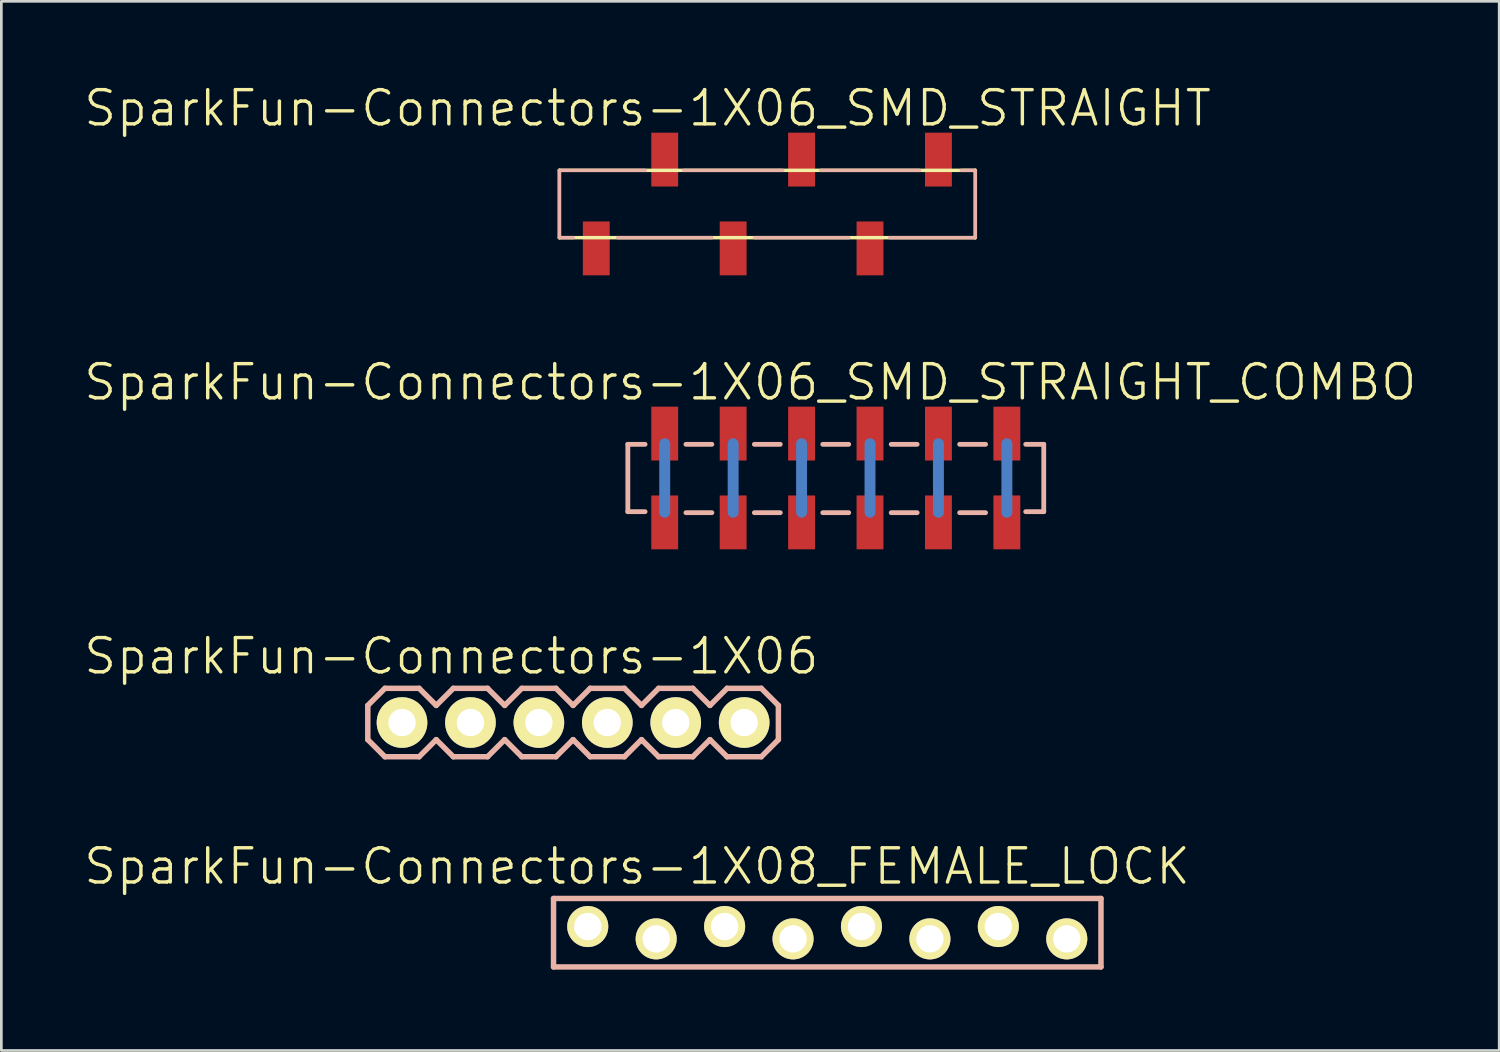
<source format=kicad_pcb>
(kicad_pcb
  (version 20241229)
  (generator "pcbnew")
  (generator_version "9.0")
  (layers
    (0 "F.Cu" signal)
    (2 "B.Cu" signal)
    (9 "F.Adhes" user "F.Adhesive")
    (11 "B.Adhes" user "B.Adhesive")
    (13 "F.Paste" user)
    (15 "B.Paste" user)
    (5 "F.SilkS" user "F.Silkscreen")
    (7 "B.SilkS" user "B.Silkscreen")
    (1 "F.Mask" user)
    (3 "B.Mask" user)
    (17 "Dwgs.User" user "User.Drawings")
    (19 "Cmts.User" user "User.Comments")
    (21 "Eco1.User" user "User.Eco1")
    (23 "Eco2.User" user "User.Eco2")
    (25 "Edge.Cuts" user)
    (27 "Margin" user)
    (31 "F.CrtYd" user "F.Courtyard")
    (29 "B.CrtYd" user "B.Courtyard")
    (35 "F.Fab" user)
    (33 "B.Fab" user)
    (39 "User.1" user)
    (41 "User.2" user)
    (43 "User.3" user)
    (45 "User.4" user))
  (footprint "SparkFun-Connectors-1X06"
    (layer "F.Cu")
    (at 11.872 23.769)
    (property "Reference" "SparkFun-Connectors-1X06" (at 1.829 -2.464 0) (layer "F.SilkS") (effects (font (size 1.27 1.27) (thickness 0.127))))
    (attr exclude_from_pos_files exclude_from_bom)
    (fp_line (start -0.254 -0.254) (end 0.254 -0.254) (stroke (width 0.066) (type solid)) (layer "F.SilkS"))
    (fp_line (start -0.254 0.254) (end -0.254 -0.254) (stroke (width 0.066) (type solid)) (layer "F.SilkS"))
    (fp_line (start -0.254 0.254) (end 0.254 0.254) (stroke (width 0.066) (type solid)) (layer "F.SilkS"))
    (fp_line (start 0.254 0.254) (end 0.254 -0.254) (stroke (width 0.066) (type solid)) (layer "F.SilkS"))
    (fp_line (start 2.286 -0.254) (end 2.794 -0.254) (stroke (width 0.066) (type solid)) (layer "F.SilkS"))
    (fp_line (start 2.286 0.254) (end 2.286 -0.254) (stroke (width 0.066) (type solid)) (layer "F.SilkS"))
    (fp_line (start 2.286 0.254) (end 2.794 0.254) (stroke (width 0.066) (type solid)) (layer "F.SilkS"))
    (fp_line (start 2.794 0.254) (end 2.794 -0.254) (stroke (width 0.066) (type solid)) (layer "F.SilkS"))
    (fp_line (start 4.826 -0.254) (end 5.334 -0.254) (stroke (width 0.066) (type solid)) (layer "F.SilkS"))
    (fp_line (start 4.826 0.254) (end 4.826 -0.254) (stroke (width 0.066) (type solid)) (layer "F.SilkS"))
    (fp_line (start 4.826 0.254) (end 5.334 0.254) (stroke (width 0.066) (type solid)) (layer "F.SilkS"))
    (fp_line (start 5.334 0.254) (end 5.334 -0.254) (stroke (width 0.066) (type solid)) (layer "F.SilkS"))
    (fp_line (start 7.366 -0.254) (end 7.874 -0.254) (stroke (width 0.066) (type solid)) (layer "F.SilkS"))
    (fp_line (start 7.366 0.254) (end 7.366 -0.254) (stroke (width 0.066) (type solid)) (layer "F.SilkS"))
    (fp_line (start 7.366 0.254) (end 7.874 0.254) (stroke (width 0.066) (type solid)) (layer "F.SilkS"))
    (fp_line (start 7.874 0.254) (end 7.874 -0.254) (stroke (width 0.066) (type solid)) (layer "F.SilkS"))
    (fp_line (start 9.906 -0.254) (end 10.414 -0.254) (stroke (width 0.066) (type solid)) (layer "F.SilkS"))
    (fp_line (start 9.906 0.254) (end 9.906 -0.254) (stroke (width 0.066) (type solid)) (layer "F.SilkS"))
    (fp_line (start 9.906 0.254) (end 10.414 0.254) (stroke (width 0.066) (type solid)) (layer "F.SilkS"))
    (fp_line (start 10.414 0.254) (end 10.414 -0.254) (stroke (width 0.066) (type solid)) (layer "F.SilkS"))
    (fp_line (start 12.446 -0.254) (end 12.954 -0.254) (stroke (width 0.066) (type solid)) (layer "F.SilkS"))
    (fp_line (start 12.446 0.254) (end 12.446 -0.254) (stroke (width 0.066) (type solid)) (layer "F.SilkS"))
    (fp_line (start 12.446 0.254) (end 12.954 0.254) (stroke (width 0.066) (type solid)) (layer "F.SilkS"))
    (fp_line (start 12.954 0.254) (end 12.954 -0.254) (stroke (width 0.066) (type solid)) (layer "F.SilkS"))
    (fp_line (start -1.27 -0.635) (end -1.27 0.635) (stroke (width 0.203) (type solid)) (layer "B.SilkS"))
    (fp_line (start -1.27 0.635) (end -0.635 1.27) (stroke (width 0.203) (type solid)) (layer "B.SilkS"))
    (fp_line (start -0.635 -1.27) (end -1.27 -0.635) (stroke (width 0.203) (type solid)) (layer "B.SilkS"))
    (fp_line (start -0.635 -1.27) (end 0.635 -1.27) (stroke (width 0.203) (type solid)) (layer "B.SilkS"))
    (fp_line (start 0.635 -1.27) (end 1.27 -0.635) (stroke (width 0.203) (type solid)) (layer "B.SilkS"))
    (fp_line (start 0.635 1.27) (end -0.635 1.27) (stroke (width 0.203) (type solid)) (layer "B.SilkS"))
    (fp_line (start 1.27 -0.635) (end 1.905 -1.27) (stroke (width 0.203) (type solid)) (layer "B.SilkS"))
    (fp_line (start 1.27 0.635) (end 0.635 1.27) (stroke (width 0.203) (type solid)) (layer "B.SilkS"))
    (fp_line (start 1.905 -1.27) (end 3.175 -1.27) (stroke (width 0.203) (type solid)) (layer "B.SilkS"))
    (fp_line (start 1.905 1.27) (end 1.27 0.635) (stroke (width 0.203) (type solid)) (layer "B.SilkS"))
    (fp_line (start 3.175 -1.27) (end 3.81 -0.635) (stroke (width 0.203) (type solid)) (layer "B.SilkS"))
    (fp_line (start 3.175 1.27) (end 1.905 1.27) (stroke (width 0.203) (type solid)) (layer "B.SilkS"))
    (fp_line (start 3.81 -0.635) (end 4.445 -1.27) (stroke (width 0.203) (type solid)) (layer "B.SilkS"))
    (fp_line (start 3.81 0.635) (end 3.175 1.27) (stroke (width 0.203) (type solid)) (layer "B.SilkS"))
    (fp_line (start 4.445 -1.27) (end 5.715 -1.27) (stroke (width 0.203) (type solid)) (layer "B.SilkS"))
    (fp_line (start 4.445 1.27) (end 3.81 0.635) (stroke (width 0.203) (type solid)) (layer "B.SilkS"))
    (fp_line (start 5.715 -1.27) (end 6.35 -0.635) (stroke (width 0.203) (type solid)) (layer "B.SilkS"))
    (fp_line (start 5.715 1.27) (end 4.445 1.27) (stroke (width 0.203) (type solid)) (layer "B.SilkS"))
    (fp_line (start 6.35 0.635) (end 5.715 1.27) (stroke (width 0.203) (type solid)) (layer "B.SilkS"))
    (fp_line (start 6.35 0.635) (end 6.985 1.27) (stroke (width 0.203) (type solid)) (layer "B.SilkS"))
    (fp_line (start 6.985 -1.27) (end 6.35 -0.635) (stroke (width 0.203) (type solid)) (layer "B.SilkS"))
    (fp_line (start 6.985 -1.27) (end 8.255 -1.27) (stroke (width 0.203) (type solid)) (layer "B.SilkS"))
    (fp_line (start 8.255 -1.27) (end 8.89 -0.635) (stroke (width 0.203) (type solid)) (layer "B.SilkS"))
    (fp_line (start 8.255 1.27) (end 6.985 1.27) (stroke (width 0.203) (type solid)) (layer "B.SilkS"))
    (fp_line (start 8.89 -0.635) (end 9.525 -1.27) (stroke (width 0.203) (type solid)) (layer "B.SilkS"))
    (fp_line (start 8.89 0.635) (end 8.255 1.27) (stroke (width 0.203) (type solid)) (layer "B.SilkS"))
    (fp_line (start 9.525 -1.27) (end 10.795 -1.27) (stroke (width 0.203) (type solid)) (layer "B.SilkS"))
    (fp_line (start 9.525 1.27) (end 8.89 0.635) (stroke (width 0.203) (type solid)) (layer "B.SilkS"))
    (fp_line (start 10.795 -1.27) (end 11.43 -0.635) (stroke (width 0.203) (type solid)) (layer "B.SilkS"))
    (fp_line (start 10.795 1.27) (end 9.525 1.27) (stroke (width 0.203) (type solid)) (layer "B.SilkS"))
    (fp_line (start 11.43 -0.635) (end 12.065 -1.27) (stroke (width 0.203) (type solid)) (layer "B.SilkS"))
    (fp_line (start 11.43 0.635) (end 10.795 1.27) (stroke (width 0.203) (type solid)) (layer "B.SilkS"))
    (fp_line (start 12.065 -1.27) (end 13.335 -1.27) (stroke (width 0.203) (type solid)) (layer "B.SilkS"))
    (fp_line (start 12.065 1.27) (end 11.43 0.635) (stroke (width 0.203) (type solid)) (layer "B.SilkS"))
    (fp_line (start 13.335 -1.27) (end 13.97 -0.635) (stroke (width 0.203) (type solid)) (layer "B.SilkS"))
    (fp_line (start 13.335 1.27) (end 12.065 1.27) (stroke (width 0.203) (type solid)) (layer "B.SilkS"))
    (fp_line (start 13.97 -0.635) (end 13.97 0.635) (stroke (width 0.203) (type solid)) (layer "B.SilkS"))
    (fp_line (start 13.97 0.635) (end 13.335 1.27) (stroke (width 0.203) (type solid)) (layer "B.SilkS"))
    (pad "1" thru_hole circle (at 0 0) (size 1.88 1.88) (drill 1.016) (layers "*.Cu" "F.Mask" "F.SilkS" "F.Paste"))
    (pad "2" thru_hole circle (at 2.54 0) (size 1.88 1.88) (drill 1.016) (layers "*.Cu" "F.Mask" "F.SilkS" "F.Paste"))
    (pad "3" thru_hole circle (at 5.08 0) (size 1.88 1.88) (drill 1.016) (layers "*.Cu" "F.Mask" "F.SilkS" "F.Paste"))
    (pad "4" thru_hole circle (at 7.62 0) (size 1.88 1.88) (drill 1.016) (layers "*.Cu" "F.Mask" "F.SilkS" "F.Paste"))
    (pad "5" thru_hole circle (at 10.16 0) (size 1.88 1.88) (drill 1.016) (layers "*.Cu" "F.Mask" "F.SilkS" "F.Paste"))
    (pad "6" thru_hole circle (at 12.7 0) (size 1.88 1.88) (drill 1.016) (layers "*.Cu" "F.Mask" "F.SilkS" "F.Paste")))
  (footprint "SparkFun-Connectors-1X06_SMD_STRAIGHT_COMBO"
    (layer "F.Cu")
    (at 21.623 14.692)
    (property "Reference" "SparkFun-Connectors-1X06_SMD_STRAIGHT_COMBO" (at 3.175 -3.556 0) (layer "F.SilkS") (effects (font (size 1.27 1.27) (thickness 0.127))))
    (attr smd)
    (fp_line (start 0 -1.27) (end 0 1.27) (stroke (width 0.406) (type solid)) (layer "B.Cu"))
    (fp_line (start 2.54 -1.27) (end 2.54 1.27) (stroke (width 0.406) (type solid)) (layer "B.Cu"))
    (fp_line (start 5.08 -1.27) (end 5.08 1.27) (stroke (width 0.406) (type solid)) (layer "B.Cu"))
    (fp_line (start 7.62 -1.27) (end 7.62 1.27) (stroke (width 0.406) (type solid)) (layer "B.Cu"))
    (fp_line (start 10.16 -1.27) (end 10.16 1.27) (stroke (width 0.406) (type solid)) (layer "B.Cu"))
    (fp_line (start 12.7 -1.27) (end 12.7 1.27) (stroke (width 0.406) (type solid)) (layer "B.Cu"))
    (fp_line (start -1.369 -1.25) (end -0.729 -1.25) (stroke (width 0.178) (type solid)) (layer "B.SilkS"))
    (fp_line (start -1.369 1.25) (end -1.369 -1.25) (stroke (width 0.178) (type solid)) (layer "B.SilkS"))
    (fp_line (start -0.729 1.25) (end -1.369 1.25) (stroke (width 0.178) (type solid)) (layer "B.SilkS"))
    (fp_line (start 0.787 -1.25) (end 1.75 -1.25) (stroke (width 0.178) (type solid)) (layer "B.SilkS"))
    (fp_line (start 0.787 1.288) (end 1.75 1.288) (stroke (width 0.178) (type solid)) (layer "B.SilkS"))
    (fp_line (start 3.327 -1.25) (end 4.29 -1.25) (stroke (width 0.178) (type solid)) (layer "B.SilkS"))
    (fp_line (start 3.327 1.288) (end 4.29 1.288) (stroke (width 0.178) (type solid)) (layer "B.SilkS"))
    (fp_line (start 5.867 -1.25) (end 6.83 -1.25) (stroke (width 0.178) (type solid)) (layer "B.SilkS"))
    (fp_line (start 5.867 1.288) (end 6.83 1.288) (stroke (width 0.178) (type solid)) (layer "B.SilkS"))
    (fp_line (start 8.407 -1.25) (end 9.37 -1.25) (stroke (width 0.178) (type solid)) (layer "B.SilkS"))
    (fp_line (start 8.407 1.288) (end 9.37 1.288) (stroke (width 0.178) (type solid)) (layer "B.SilkS"))
    (fp_line (start 10.947 -1.25) (end 11.91 -1.25) (stroke (width 0.178) (type solid)) (layer "B.SilkS"))
    (fp_line (start 10.947 1.288) (end 11.91 1.288) (stroke (width 0.178) (type solid)) (layer "B.SilkS"))
    (fp_line (start 13.399 -1.25) (end 14.069 -1.25) (stroke (width 0.178) (type solid)) (layer "B.SilkS"))
    (fp_line (start 14.069 -1.25) (end 14.069 1.25) (stroke (width 0.178) (type solid)) (layer "B.SilkS"))
    (fp_line (start 14.069 1.25) (end 13.399 1.25) (stroke (width 0.178) (type solid)) (layer "B.SilkS"))
    (pad "1" smd rect (at 0 1.648 270) (size 1.999 0.998) (layers "F.Cu" "F.Mask" "F.Paste"))
    (pad "1-2" smd rect (at 0 -1.648 90) (size 1.999 0.998) (layers "F.Cu" "F.Mask" "F.Paste"))
    (pad "2" smd rect (at 2.54 -1.648 270) (size 1.999 0.998) (layers "F.Cu" "F.Mask" "F.Paste"))
    (pad "2-2" smd rect (at 2.54 1.648 90) (size 1.999 0.998) (layers "F.Cu" "F.Mask" "F.Paste"))
    (pad "3" smd rect (at 5.08 1.648 270) (size 1.999 0.998) (layers "F.Cu" "F.Mask" "F.Paste"))
    (pad "3-2" smd rect (at 5.08 -1.648 90) (size 1.999 0.998) (layers "F.Cu" "F.Mask" "F.Paste"))
    (pad "4" smd rect (at 7.62 -1.648 270) (size 1.999 0.998) (layers "F.Cu" "F.Mask" "F.Paste"))
    (pad "4-2" smd rect (at 7.62 1.648 90) (size 1.999 0.998) (layers "F.Cu" "F.Mask" "F.Paste"))
    (pad "5" smd rect (at 10.16 1.648 270) (size 1.999 0.998) (layers "F.Cu" "F.Mask" "F.Paste"))
    (pad "5-2" smd rect (at 10.16 -1.648 90) (size 1.999 0.998) (layers "F.Cu" "F.Mask" "F.Paste"))
    (pad "6" smd rect (at 12.7 -1.648 270) (size 1.999 0.998) (layers "F.Cu" "F.Mask" "F.Paste"))
    (pad "6-2" smd rect (at 12.7 1.648 90) (size 1.999 0.998) (layers "F.Cu" "F.Mask" "F.Paste")))
  (footprint "SparkFun-Connectors-1X08_FEMALE_LOCK"
    (layer "F.Cu")
    (at 18.766 31.57)
    (property "Reference" "SparkFun-Connectors-1X08_FEMALE_LOCK" (at 1.829 -2.464 0) (layer "F.SilkS") (effects (font (size 1.27 1.27) (thickness 0.127))))
    (attr exclude_from_pos_files exclude_from_bom)
    (fp_line (start -0.318 -0.191) (end 0.318 -0.191) (stroke (width 0.066) (type solid)) (layer "F.SilkS"))
    (fp_line (start -0.318 0.191) (end -0.318 -0.191) (stroke (width 0.066) (type solid)) (layer "F.SilkS"))
    (fp_line (start -0.318 0.191) (end 0.318 0.191) (stroke (width 0.066) (type solid)) (layer "F.SilkS"))
    (fp_line (start 0.318 0.191) (end 0.318 -0.191) (stroke (width 0.066) (type solid)) (layer "F.SilkS"))
    (fp_line (start 2.223 -0.191) (end 2.857 -0.191) (stroke (width 0.066) (type solid)) (layer "F.SilkS"))
    (fp_line (start 2.223 0.191) (end 2.223 -0.191) (stroke (width 0.066) (type solid)) (layer "F.SilkS"))
    (fp_line (start 2.223 0.191) (end 2.857 0.191) (stroke (width 0.066) (type solid)) (layer "F.SilkS"))
    (fp_line (start 2.857 0.191) (end 2.857 -0.191) (stroke (width 0.066) (type solid)) (layer "F.SilkS"))
    (fp_line (start 4.763 -0.191) (end 5.397 -0.191) (stroke (width 0.066) (type solid)) (layer "F.SilkS"))
    (fp_line (start 4.763 0.191) (end 4.763 -0.191) (stroke (width 0.066) (type solid)) (layer "F.SilkS"))
    (fp_line (start 4.763 0.191) (end 5.397 0.191) (stroke (width 0.066) (type solid)) (layer "F.SilkS"))
    (fp_line (start 5.397 0.191) (end 5.397 -0.191) (stroke (width 0.066) (type solid)) (layer "F.SilkS"))
    (fp_line (start 7.303 -0.191) (end 7.938 -0.191) (stroke (width 0.066) (type solid)) (layer "F.SilkS"))
    (fp_line (start 7.303 0.191) (end 7.303 -0.191) (stroke (width 0.066) (type solid)) (layer "F.SilkS"))
    (fp_line (start 7.303 0.191) (end 7.938 0.191) (stroke (width 0.066) (type solid)) (layer "F.SilkS"))
    (fp_line (start 7.938 0.191) (end 7.938 -0.191) (stroke (width 0.066) (type solid)) (layer "F.SilkS"))
    (fp_line (start 9.842 -0.191) (end 10.477 -0.191) (stroke (width 0.066) (type solid)) (layer "F.SilkS"))
    (fp_line (start 9.842 0.191) (end 9.842 -0.191) (stroke (width 0.066) (type solid)) (layer "F.SilkS"))
    (fp_line (start 9.842 0.191) (end 10.477 0.191) (stroke (width 0.066) (type solid)) (layer "F.SilkS"))
    (fp_line (start 10.477 0.191) (end 10.477 -0.191) (stroke (width 0.066) (type solid)) (layer "F.SilkS"))
    (fp_line (start 12.383 -0.191) (end 13.018 -0.191) (stroke (width 0.066) (type solid)) (layer "F.SilkS"))
    (fp_line (start 12.383 0.191) (end 12.383 -0.191) (stroke (width 0.066) (type solid)) (layer "F.SilkS"))
    (fp_line (start 12.383 0.191) (end 13.018 0.191) (stroke (width 0.066) (type solid)) (layer "F.SilkS"))
    (fp_line (start 13.018 0.191) (end 13.018 -0.191) (stroke (width 0.066) (type solid)) (layer "F.SilkS"))
    (fp_line (start 14.922 -0.191) (end 15.557 -0.191) (stroke (width 0.066) (type solid)) (layer "F.SilkS"))
    (fp_line (start 14.922 0.191) (end 14.922 -0.191) (stroke (width 0.066) (type solid)) (layer "F.SilkS"))
    (fp_line (start 14.922 0.191) (end 15.557 0.191) (stroke (width 0.066) (type solid)) (layer "F.SilkS"))
    (fp_line (start 15.557 0.191) (end 15.557 -0.191) (stroke (width 0.066) (type solid)) (layer "F.SilkS"))
    (fp_line (start 17.462 -0.191) (end 18.098 -0.191) (stroke (width 0.066) (type solid)) (layer "F.SilkS"))
    (fp_line (start 17.462 0.191) (end 17.462 -0.191) (stroke (width 0.066) (type solid)) (layer "F.SilkS"))
    (fp_line (start 17.462 0.191) (end 18.098 0.191) (stroke (width 0.066) (type solid)) (layer "F.SilkS"))
    (fp_line (start 18.098 0.191) (end 18.098 -0.191) (stroke (width 0.066) (type solid)) (layer "F.SilkS"))
    (fp_line (start -1.27 -1.27) (end -1.27 1.27) (stroke (width 0.203) (type solid)) (layer "B.SilkS"))
    (fp_line (start -1.27 -1.27) (end 19.05 -1.27) (stroke (width 0.203) (type solid)) (layer "B.SilkS"))
    (fp_line (start 19.05 -1.27) (end 19.05 1.27) (stroke (width 0.203) (type solid)) (layer "B.SilkS"))
    (fp_line (start 19.05 1.27) (end -1.27 1.27) (stroke (width 0.203) (type solid)) (layer "B.SilkS"))
    (pad "1" thru_hole circle (at 0 -0.229) (size 1.524 1.524) (drill 1.016) (layers "*.Cu" "F.Mask" "F.SilkS" "F.Paste"))
    (pad "2" thru_hole circle (at 2.54 0.229) (size 1.524 1.524) (drill 1.016) (layers "*.Cu" "F.Mask" "F.SilkS" "F.Paste"))
    (pad "3" thru_hole circle (at 5.08 -0.229) (size 1.524 1.524) (drill 1.016) (layers "*.Cu" "F.Mask" "F.SilkS" "F.Paste"))
    (pad "4" thru_hole circle (at 7.62 0.229) (size 1.524 1.524) (drill 1.016) (layers "*.Cu" "F.Mask" "F.SilkS" "F.Paste"))
    (pad "5" thru_hole circle (at 10.16 -0.229) (size 1.524 1.524) (drill 1.016) (layers "*.Cu" "F.Mask" "F.SilkS" "F.Paste"))
    (pad "6" thru_hole circle (at 12.7 0.229) (size 1.524 1.524) (drill 1.016) (layers "*.Cu" "F.Mask" "F.SilkS" "F.Paste"))
    (pad "7" thru_hole circle (at 15.24 -0.229) (size 1.524 1.524) (drill 1.016) (layers "*.Cu" "F.Mask" "F.SilkS" "F.Paste"))
    (pad "8" thru_hole circle (at 17.78 0.229) (size 1.524 1.524) (drill 1.016) (layers "*.Cu" "F.Mask" "F.SilkS" "F.Paste")))
  (footprint "SparkFun-Connectors-1X06_SMD_STRAIGHT"
    (layer "F.Cu")
    (at 31.783 4.522)
    (property "Reference" "SparkFun-Connectors-1X06_SMD_STRAIGHT" (at -10.795 -3.556 0) (layer "F.SilkS") (effects (font (size 1.27 1.27) (thickness 0.127))))
    (attr smd)
    (fp_line (start -14.069 -1.25) (end -14.069 1.25) (stroke (width 0.127) (type solid)) (layer "F.SilkS"))
    (fp_line (start -14.069 1.25) (end 1.369 1.25) (stroke (width 0.127) (type solid)) (layer "F.SilkS"))
    (fp_line (start 1.369 -1.25) (end -14.069 -1.25) (stroke (width 0.127) (type solid)) (layer "F.SilkS"))
    (fp_line (start 1.369 1.25) (end 1.369 -1.25) (stroke (width 0.127) (type solid)) (layer "F.SilkS"))
    (fp_line (start -14.069 -1.25) (end -10.881 -1.25) (stroke (width 0.127) (type solid)) (layer "B.SilkS"))
    (fp_line (start -14.069 1.25) (end -14.069 -1.25) (stroke (width 0.127) (type solid)) (layer "B.SilkS"))
    (fp_line (start -13.548 1.25) (end -14.069 1.25) (stroke (width 0.127) (type solid)) (layer "B.SilkS"))
    (fp_line (start -9.456 -1.25) (end -5.781 -1.25) (stroke (width 0.127) (type solid)) (layer "B.SilkS"))
    (fp_line (start -8.407 1.25) (end -11.91 1.25) (stroke (width 0.127) (type solid)) (layer "B.SilkS"))
    (fp_line (start -4.376 -1.25) (end -0.701 -1.25) (stroke (width 0.127) (type solid)) (layer "B.SilkS"))
    (fp_line (start -3.327 1.25) (end -6.83 1.25) (stroke (width 0.127) (type solid)) (layer "B.SilkS"))
    (fp_line (start 0.848 -1.25) (end 1.369 -1.25) (stroke (width 0.127) (type solid)) (layer "B.SilkS"))
    (fp_line (start 1.369 -1.25) (end 1.369 1.25) (stroke (width 0.127) (type solid)) (layer "B.SilkS"))
    (fp_line (start 1.369 1.25) (end -1.816 1.25) (stroke (width 0.127) (type solid)) (layer "B.SilkS"))
    (pad "1" smd rect (at 0 -1.648 90) (size 1.999 0.998) (layers "F.Cu" "F.Mask" "F.Paste"))
    (pad "2" smd rect (at -2.54 1.648 90) (size 1.999 0.998) (layers "F.Cu" "F.Mask" "F.Paste"))
    (pad "3" smd rect (at -5.08 -1.648 90) (size 1.999 0.998) (layers "F.Cu" "F.Mask" "F.Paste"))
    (pad "4" smd rect (at -7.62 1.648 90) (size 1.999 0.998) (layers "F.Cu" "F.Mask" "F.Paste"))
    (pad "5" smd rect (at -10.16 -1.648 90) (size 1.999 0.998) (layers "F.Cu" "F.Mask" "F.Paste"))
    (pad "6" smd rect (at -12.7 1.648 90) (size 1.999 0.998) (layers "F.Cu" "F.Mask" "F.Paste")))
  (gr_rect
    (start -3 -3)
    (end 52.597 35.942)
    (stroke (width 0.1) (type default))
    (fill no)
    (layer "Edge.Cuts")))
</source>
